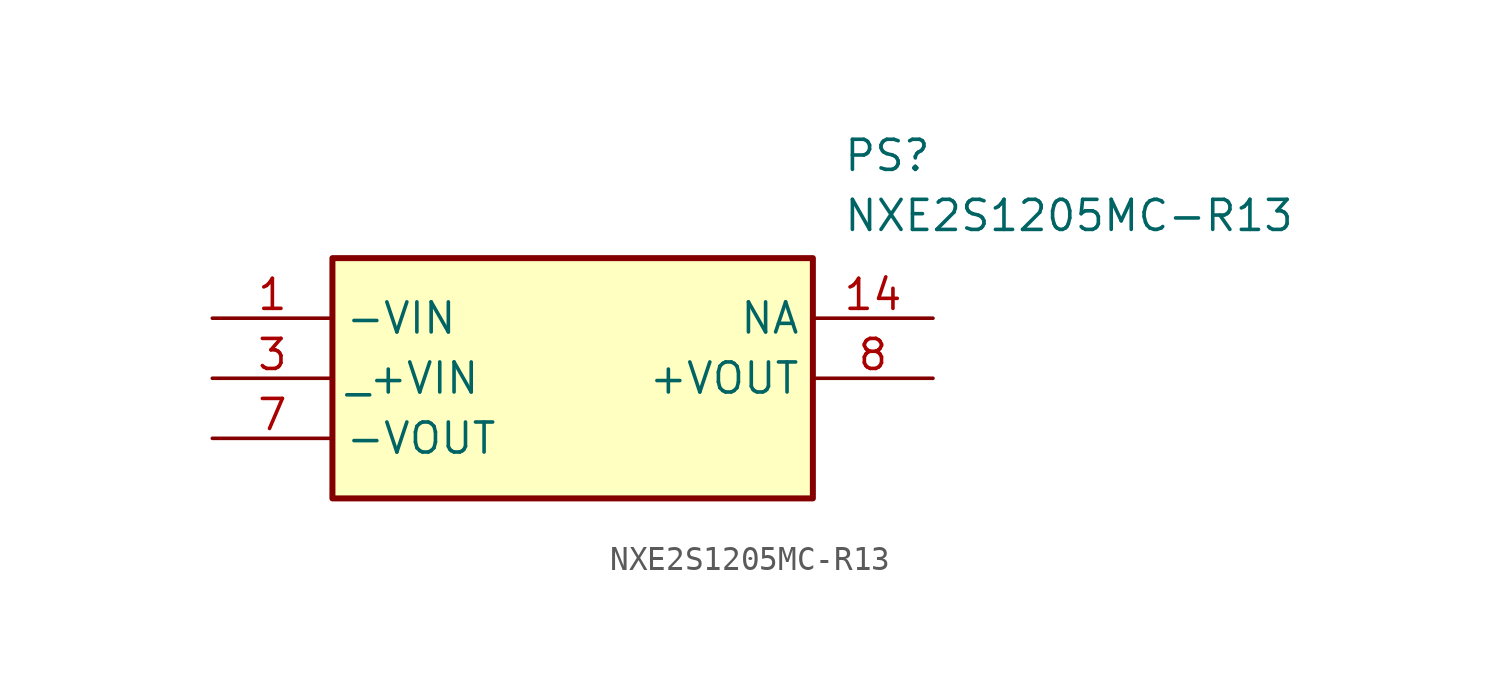
<source format=kicad_sym>
(kicad_symbol_lib
  (version 20211014)
  (generator SamacSys_ECAD_Model)
  (symbol "NXE2S1205MC-R13"
    (property "Reference" "PS"
      (at 26.67 7.62 0)
      (effects (font (size 1.27 1.27)) (justify left top)))
    (property "Value" "NXE2S1205MC-R13"
      (at 26.67 5.08 0)
      (effects (font (size 1.27 1.27)) (justify left top)))
    (rectangle
      (start 5.08 2.54)
      (end 25.4 -7.62)
      (stroke (width 0.254) (type default))
      (fill (type background)))
    (pin passive line
      (at 0 0 0)
      (length 5.08)
      (name "-VIN" (effects (font (size 1.27 1.27))))
      (number "1" (effects (font (size 1.27 1.27)))))
    (pin passive line
      (at 0 -2.54 0)
      (length 5.08)
      (name "_+VIN" (effects (font (size 1.27 1.27))))
      (number "3" (effects (font (size 1.27 1.27)))))
    (pin passive line
      (at 0 -5.08 0)
      (length 5.08)
      (name "-VOUT" (effects (font (size 1.27 1.27))))
      (number "7" (effects (font (size 1.27 1.27)))))
    (pin passive line
      (at 30.48 -2.54 180)
      (length 5.08)
      (name "+VOUT" (effects (font (size 1.27 1.27))))
      (number "8" (effects (font (size 1.27 1.27)))))
    (pin passive line
      (at 30.48 0 180)
      (length 5.08)
      (name "NA" (effects (font (size 1.27 1.27))))
      (number "14" (effects (font (size 1.27 1.27)))))))
</source>
